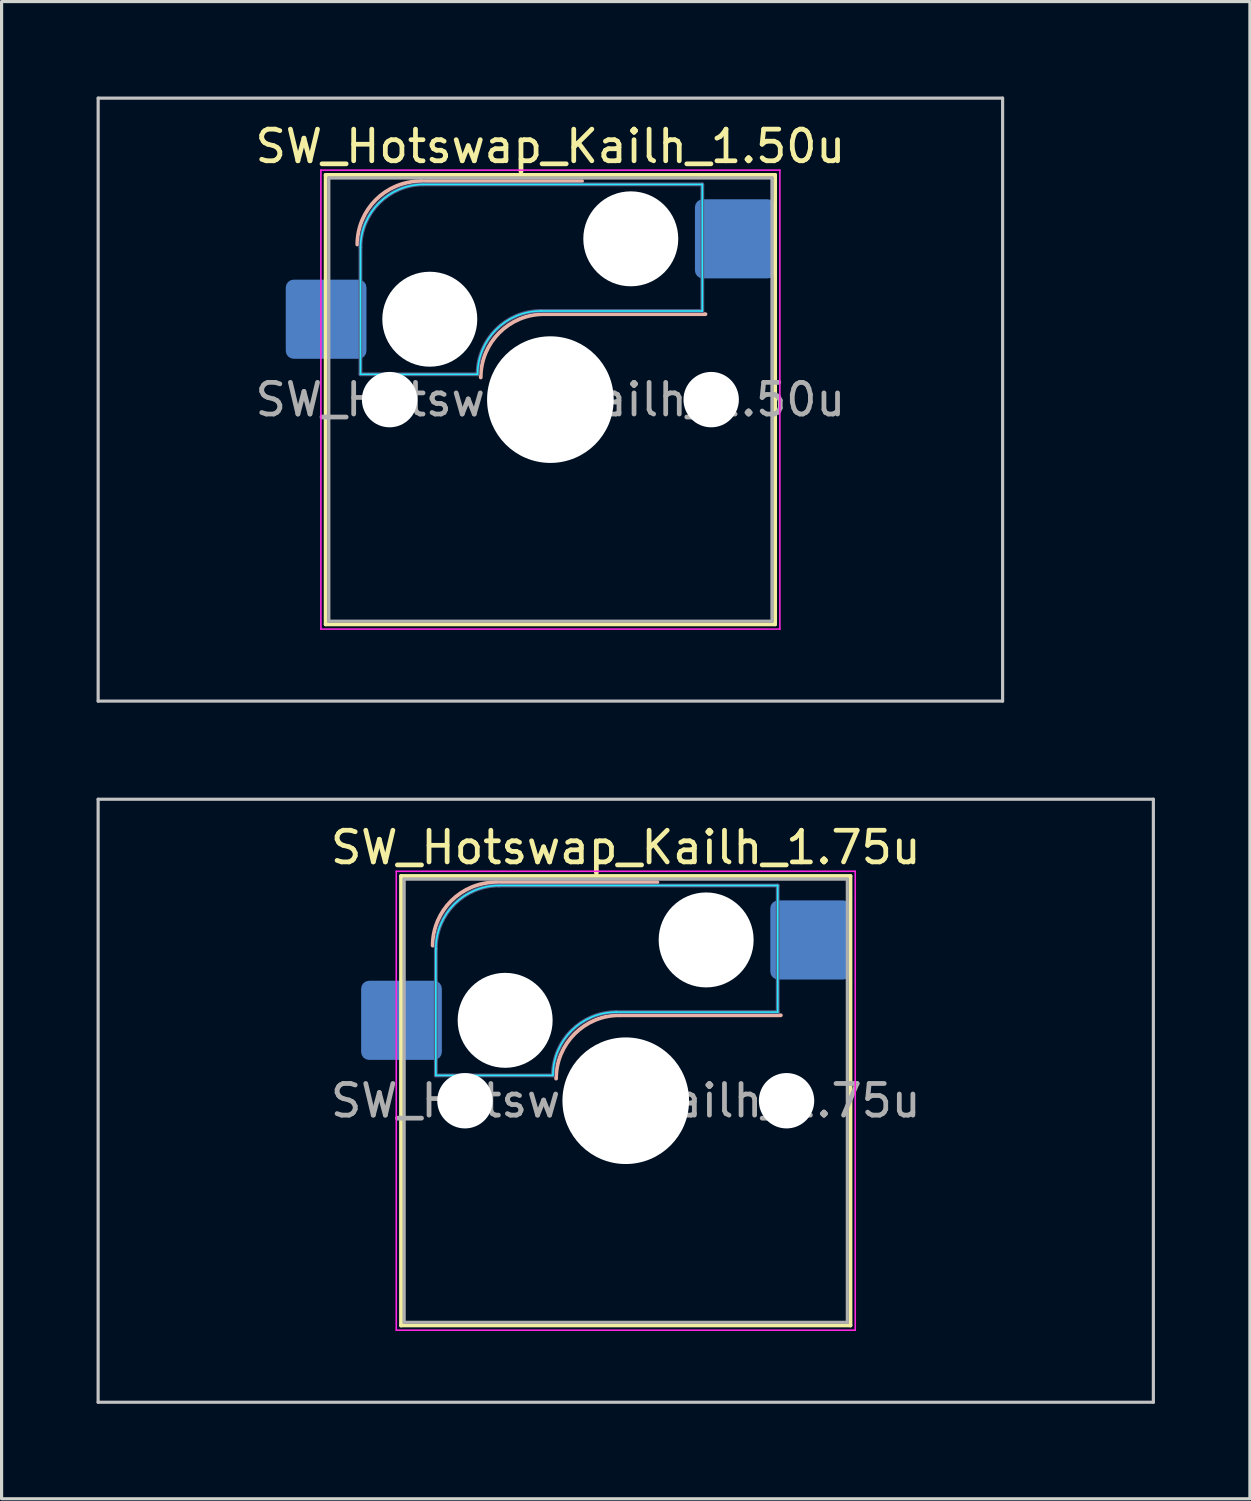
<source format=kicad_pcb>
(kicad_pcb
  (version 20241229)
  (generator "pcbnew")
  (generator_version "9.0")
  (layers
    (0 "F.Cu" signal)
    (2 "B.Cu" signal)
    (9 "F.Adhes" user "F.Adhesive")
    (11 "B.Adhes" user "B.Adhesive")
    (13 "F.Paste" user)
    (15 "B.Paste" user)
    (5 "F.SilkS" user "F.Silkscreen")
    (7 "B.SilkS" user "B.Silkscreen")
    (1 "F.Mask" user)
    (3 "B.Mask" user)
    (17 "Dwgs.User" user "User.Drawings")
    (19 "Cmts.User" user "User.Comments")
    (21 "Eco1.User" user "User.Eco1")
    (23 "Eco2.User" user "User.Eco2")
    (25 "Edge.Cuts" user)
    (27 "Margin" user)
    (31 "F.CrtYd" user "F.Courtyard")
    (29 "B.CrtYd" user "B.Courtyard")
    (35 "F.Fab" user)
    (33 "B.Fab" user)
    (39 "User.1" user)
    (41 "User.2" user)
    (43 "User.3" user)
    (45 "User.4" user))
  (footprint "SW_Hotswap_Kailh_1.50u"
    (layer "F.Cu")
    (at 14.338 9.575)
    (property "Reference" "SW_Hotswap_Kailh_1.50u" (at 0 -8 0) (layer "F.SilkS") (effects (font (size 1 1) (thickness 0.15))))
    (attr smd)
    (fp_line (start -7.1 -7.1) (end -7.1 7.1) (stroke (width 0.12) (type solid)) (layer "F.SilkS"))
    (fp_line (start -7.1 7.1) (end 7.1 7.1) (stroke (width 0.12) (type solid)) (layer "F.SilkS"))
    (fp_line (start 7.1 -7.1) (end -7.1 -7.1) (stroke (width 0.12) (type solid)) (layer "F.SilkS"))
    (fp_line (start 7.1 7.1) (end 7.1 -7.1) (stroke (width 0.12) (type solid)) (layer "F.SilkS"))
    (fp_line (start -4.1 -6.9) (end 1 -6.9) (stroke (width 0.12) (type solid)) (layer "B.SilkS"))
    (fp_line (start -0.2 -2.7) (end 4.9 -2.7) (stroke (width 0.12) (type solid)) (layer "B.SilkS"))
    (fp_arc (start -6.1 -4.9) (mid -5.514214 -6.314214) (end -4.1 -6.9) (stroke (width 0.12) (type solid)) (layer "B.SilkS"))
    (fp_arc (start -2.2 -0.7) (mid -1.614214 -2.114214) (end -0.2 -2.7) (stroke (width 0.12) (type solid)) (layer "B.SilkS"))
    (fp_line (start -14.287 -9.525) (end -14.287 9.525) (stroke (width 0.1) (type solid)) (layer "Dwgs.User"))
    (fp_line (start -14.287 9.525) (end 14.287 9.525) (stroke (width 0.1) (type solid)) (layer "Dwgs.User"))
    (fp_line (start 14.287 -9.525) (end -14.287 -9.525) (stroke (width 0.1) (type solid)) (layer "Dwgs.User"))
    (fp_line (start 14.287 9.525) (end 14.287 -9.525) (stroke (width 0.1) (type solid)) (layer "Dwgs.User"))
    (fp_line (start -7.8 -6) (end -7 -6) (stroke (width 0.1) (type solid)) (layer "Eco1.User"))
    (fp_line (start -7.8 -2.9) (end -7.8 -6) (stroke (width 0.1) (type solid)) (layer "Eco1.User"))
    (fp_line (start -7.8 2.9) (end -7 2.9) (stroke (width 0.1) (type solid)) (layer "Eco1.User"))
    (fp_line (start -7.8 6) (end -7.8 2.9) (stroke (width 0.1) (type solid)) (layer "Eco1.User"))
    (fp_line (start -7 -7) (end 7 -7) (stroke (width 0.1) (type solid)) (layer "Eco1.User"))
    (fp_line (start -7 -6) (end -7 -7) (stroke (width 0.1) (type solid)) (layer "Eco1.User"))
    (fp_line (start -7 -2.9) (end -7.8 -2.9) (stroke (width 0.1) (type solid)) (layer "Eco1.User"))
    (fp_line (start -7 2.9) (end -7 -2.9) (stroke (width 0.1) (type solid)) (layer "Eco1.User"))
    (fp_line (start -7 6) (end -7.8 6) (stroke (width 0.1) (type solid)) (layer "Eco1.User"))
    (fp_line (start -7 7) (end -7 6) (stroke (width 0.1) (type solid)) (layer "Eco1.User"))
    (fp_line (start 7 -7) (end 7 -6) (stroke (width 0.1) (type solid)) (layer "Eco1.User"))
    (fp_line (start 7 -6) (end 7.8 -6) (stroke (width 0.1) (type solid)) (layer "Eco1.User"))
    (fp_line (start 7 -2.9) (end 7 2.9) (stroke (width 0.1) (type solid)) (layer "Eco1.User"))
    (fp_line (start 7 2.9) (end 7.8 2.9) (stroke (width 0.1) (type solid)) (layer "Eco1.User"))
    (fp_line (start 7 6) (end 7 7) (stroke (width 0.1) (type solid)) (layer "Eco1.User"))
    (fp_line (start 7 7) (end -7 7) (stroke (width 0.1) (type solid)) (layer "Eco1.User"))
    (fp_line (start 7.8 -6) (end 7.8 -2.9) (stroke (width 0.1) (type solid)) (layer "Eco1.User"))
    (fp_line (start 7.8 -2.9) (end 7 -2.9) (stroke (width 0.1) (type solid)) (layer "Eco1.User"))
    (fp_line (start 7.8 2.9) (end 7.8 6) (stroke (width 0.1) (type solid)) (layer "Eco1.User"))
    (fp_line (start 7.8 6) (end 7 6) (stroke (width 0.1) (type solid)) (layer "Eco1.User"))
    (fp_line (start -6 -0.8) (end -6 -4.8) (stroke (width 0.05) (type solid)) (layer "B.CrtYd"))
    (fp_line (start -6 -0.8) (end -2.3 -0.8) (stroke (width 0.05) (type solid)) (layer "B.CrtYd"))
    (fp_line (start -4 -6.8) (end 4.8 -6.8) (stroke (width 0.05) (type solid)) (layer "B.CrtYd"))
    (fp_line (start -0.3 -2.8) (end 4.8 -2.8) (stroke (width 0.05) (type solid)) (layer "B.CrtYd"))
    (fp_line (start 4.8 -6.8) (end 4.8 -2.8) (stroke (width 0.05) (type solid)) (layer "B.CrtYd"))
    (fp_arc (start -6 -4.8) (mid -5.414214 -6.214214) (end -4 -6.8) (stroke (width 0.05) (type solid)) (layer "B.CrtYd"))
    (fp_arc (start -2.3 -0.8) (mid -1.714214 -2.214214) (end -0.3 -2.8) (stroke (width 0.05) (type solid)) (layer "B.CrtYd"))
    (fp_line (start -7.25 -7.25) (end -7.25 7.25) (stroke (width 0.05) (type solid)) (layer "F.CrtYd"))
    (fp_line (start -7.25 7.25) (end 7.25 7.25) (stroke (width 0.05) (type solid)) (layer "F.CrtYd"))
    (fp_line (start 7.25 -7.25) (end -7.25 -7.25) (stroke (width 0.05) (type solid)) (layer "F.CrtYd"))
    (fp_line (start 7.25 7.25) (end 7.25 -7.25) (stroke (width 0.05) (type solid)) (layer "F.CrtYd"))
    (fp_line (start -6 -0.8) (end -6 -4.8) (stroke (width 0.12) (type solid)) (layer "B.Fab"))
    (fp_line (start -6 -0.8) (end -2.3 -0.8) (stroke (width 0.12) (type solid)) (layer "B.Fab"))
    (fp_line (start -4 -6.8) (end 4.8 -6.8) (stroke (width 0.12) (type solid)) (layer "B.Fab"))
    (fp_line (start -0.3 -2.8) (end 4.8 -2.8) (stroke (width 0.12) (type solid)) (layer "B.Fab"))
    (fp_line (start 4.8 -6.8) (end 4.8 -2.8) (stroke (width 0.12) (type solid)) (layer "B.Fab"))
    (fp_arc (start -6 -4.8) (mid -5.414214 -6.214214) (end -4 -6.8) (stroke (width 0.12) (type solid)) (layer "B.Fab"))
    (fp_arc (start -2.3 -0.8) (mid -1.714214 -2.214214) (end -0.3 -2.8) (stroke (width 0.12) (type solid)) (layer "B.Fab"))
    (fp_line (start -7 -7) (end -7 7) (stroke (width 0.1) (type solid)) (layer "F.Fab"))
    (fp_line (start -7 7) (end 7 7) (stroke (width 0.1) (type solid)) (layer "F.Fab"))
    (fp_line (start 7 -7) (end -7 -7) (stroke (width 0.1) (type solid)) (layer "F.Fab"))
    (fp_line (start 7 7) (end 7 -7) (stroke (width 0.1) (type solid)) (layer "F.Fab"))
    (fp_text user "${REFERENCE}" (at 0 0 0) (layer "F.Fab") (effects (font (size 1 1) (thickness 0.15))))
    (pad "" np_thru_hole circle (at -5.08 0) (size 1.75 1.75) (drill 1.75) (layers "*.Cu" "*.Mask"))
    (pad "" np_thru_hole circle (at -3.81 -2.54) (size 3 3) (drill 3) (layers "*.Cu" "*.Mask"))
    (pad "" np_thru_hole circle (at 0 0) (size 4 4) (drill 4) (layers "*.Cu" "*.Mask"))
    (pad "" np_thru_hole circle (at 2.54 -5.08) (size 3 3) (drill 3) (layers "*.Cu" "*.Mask"))
    (pad "" np_thru_hole circle (at 5.08 0) (size 1.75 1.75) (drill 1.75) (layers "*.Cu" "*.Mask"))
    (pad "1" smd roundrect (at -7.085 -2.54) (size 2.55 2.5) (layers "B.Cu" "B.Mask" "B.Paste") (roundrect_rratio 0.1))
    (pad "2" smd roundrect (at 5.842 -5.08) (size 2.55 2.5) (layers "B.Cu" "B.Mask" "B.Paste") (roundrect_rratio 0.1)))
  (footprint "SW_Hotswap_Kailh_1.75u"
    (layer "F.Cu")
    (at 16.719 31.725)
    (property "Reference" "SW_Hotswap_Kailh_1.75u" (at 0 -8 0) (layer "F.SilkS") (effects (font (size 1 1) (thickness 0.15))))
    (attr smd)
    (fp_line (start -7.1 -7.1) (end -7.1 7.1) (stroke (width 0.12) (type solid)) (layer "F.SilkS"))
    (fp_line (start -7.1 7.1) (end 7.1 7.1) (stroke (width 0.12) (type solid)) (layer "F.SilkS"))
    (fp_line (start 7.1 -7.1) (end -7.1 -7.1) (stroke (width 0.12) (type solid)) (layer "F.SilkS"))
    (fp_line (start 7.1 7.1) (end 7.1 -7.1) (stroke (width 0.12) (type solid)) (layer "F.SilkS"))
    (fp_line (start -4.1 -6.9) (end 1 -6.9) (stroke (width 0.12) (type solid)) (layer "B.SilkS"))
    (fp_line (start -0.2 -2.7) (end 4.9 -2.7) (stroke (width 0.12) (type solid)) (layer "B.SilkS"))
    (fp_arc (start -6.1 -4.9) (mid -5.514214 -6.314214) (end -4.1 -6.9) (stroke (width 0.12) (type solid)) (layer "B.SilkS"))
    (fp_arc (start -2.2 -0.7) (mid -1.614214 -2.114214) (end -0.2 -2.7) (stroke (width 0.12) (type solid)) (layer "B.SilkS"))
    (fp_line (start -16.669 -9.525) (end -16.669 9.525) (stroke (width 0.1) (type solid)) (layer "Dwgs.User"))
    (fp_line (start -16.669 9.525) (end 16.669 9.525) (stroke (width 0.1) (type solid)) (layer "Dwgs.User"))
    (fp_line (start 16.669 -9.525) (end -16.669 -9.525) (stroke (width 0.1) (type solid)) (layer "Dwgs.User"))
    (fp_line (start 16.669 9.525) (end 16.669 -9.525) (stroke (width 0.1) (type solid)) (layer "Dwgs.User"))
    (fp_line (start -7.8 -6) (end -7 -6) (stroke (width 0.1) (type solid)) (layer "Eco1.User"))
    (fp_line (start -7.8 -2.9) (end -7.8 -6) (stroke (width 0.1) (type solid)) (layer "Eco1.User"))
    (fp_line (start -7.8 2.9) (end -7 2.9) (stroke (width 0.1) (type solid)) (layer "Eco1.User"))
    (fp_line (start -7.8 6) (end -7.8 2.9) (stroke (width 0.1) (type solid)) (layer "Eco1.User"))
    (fp_line (start -7 -7) (end 7 -7) (stroke (width 0.1) (type solid)) (layer "Eco1.User"))
    (fp_line (start -7 -6) (end -7 -7) (stroke (width 0.1) (type solid)) (layer "Eco1.User"))
    (fp_line (start -7 -2.9) (end -7.8 -2.9) (stroke (width 0.1) (type solid)) (layer "Eco1.User"))
    (fp_line (start -7 2.9) (end -7 -2.9) (stroke (width 0.1) (type solid)) (layer "Eco1.User"))
    (fp_line (start -7 6) (end -7.8 6) (stroke (width 0.1) (type solid)) (layer "Eco1.User"))
    (fp_line (start -7 7) (end -7 6) (stroke (width 0.1) (type solid)) (layer "Eco1.User"))
    (fp_line (start 7 -7) (end 7 -6) (stroke (width 0.1) (type solid)) (layer "Eco1.User"))
    (fp_line (start 7 -6) (end 7.8 -6) (stroke (width 0.1) (type solid)) (layer "Eco1.User"))
    (fp_line (start 7 -2.9) (end 7 2.9) (stroke (width 0.1) (type solid)) (layer "Eco1.User"))
    (fp_line (start 7 2.9) (end 7.8 2.9) (stroke (width 0.1) (type solid)) (layer "Eco1.User"))
    (fp_line (start 7 6) (end 7 7) (stroke (width 0.1) (type solid)) (layer "Eco1.User"))
    (fp_line (start 7 7) (end -7 7) (stroke (width 0.1) (type solid)) (layer "Eco1.User"))
    (fp_line (start 7.8 -6) (end 7.8 -2.9) (stroke (width 0.1) (type solid)) (layer "Eco1.User"))
    (fp_line (start 7.8 -2.9) (end 7 -2.9) (stroke (width 0.1) (type solid)) (layer "Eco1.User"))
    (fp_line (start 7.8 2.9) (end 7.8 6) (stroke (width 0.1) (type solid)) (layer "Eco1.User"))
    (fp_line (start 7.8 6) (end 7 6) (stroke (width 0.1) (type solid)) (layer "Eco1.User"))
    (fp_line (start -6 -0.8) (end -6 -4.8) (stroke (width 0.05) (type solid)) (layer "B.CrtYd"))
    (fp_line (start -6 -0.8) (end -2.3 -0.8) (stroke (width 0.05) (type solid)) (layer "B.CrtYd"))
    (fp_line (start -4 -6.8) (end 4.8 -6.8) (stroke (width 0.05) (type solid)) (layer "B.CrtYd"))
    (fp_line (start -0.3 -2.8) (end 4.8 -2.8) (stroke (width 0.05) (type solid)) (layer "B.CrtYd"))
    (fp_line (start 4.8 -6.8) (end 4.8 -2.8) (stroke (width 0.05) (type solid)) (layer "B.CrtYd"))
    (fp_arc (start -6 -4.8) (mid -5.414214 -6.214214) (end -4 -6.8) (stroke (width 0.05) (type solid)) (layer "B.CrtYd"))
    (fp_arc (start -2.3 -0.8) (mid -1.714214 -2.214214) (end -0.3 -2.8) (stroke (width 0.05) (type solid)) (layer "B.CrtYd"))
    (fp_line (start -7.25 -7.25) (end -7.25 7.25) (stroke (width 0.05) (type solid)) (layer "F.CrtYd"))
    (fp_line (start -7.25 7.25) (end 7.25 7.25) (stroke (width 0.05) (type solid)) (layer "F.CrtYd"))
    (fp_line (start 7.25 -7.25) (end -7.25 -7.25) (stroke (width 0.05) (type solid)) (layer "F.CrtYd"))
    (fp_line (start 7.25 7.25) (end 7.25 -7.25) (stroke (width 0.05) (type solid)) (layer "F.CrtYd"))
    (fp_line (start -6 -0.8) (end -6 -4.8) (stroke (width 0.12) (type solid)) (layer "B.Fab"))
    (fp_line (start -6 -0.8) (end -2.3 -0.8) (stroke (width 0.12) (type solid)) (layer "B.Fab"))
    (fp_line (start -4 -6.8) (end 4.8 -6.8) (stroke (width 0.12) (type solid)) (layer "B.Fab"))
    (fp_line (start -0.3 -2.8) (end 4.8 -2.8) (stroke (width 0.12) (type solid)) (layer "B.Fab"))
    (fp_line (start 4.8 -6.8) (end 4.8 -2.8) (stroke (width 0.12) (type solid)) (layer "B.Fab"))
    (fp_arc (start -6 -4.8) (mid -5.414214 -6.214214) (end -4 -6.8) (stroke (width 0.12) (type solid)) (layer "B.Fab"))
    (fp_arc (start -2.3 -0.8) (mid -1.714214 -2.214214) (end -0.3 -2.8) (stroke (width 0.12) (type solid)) (layer "B.Fab"))
    (fp_line (start -7 -7) (end -7 7) (stroke (width 0.1) (type solid)) (layer "F.Fab"))
    (fp_line (start -7 7) (end 7 7) (stroke (width 0.1) (type solid)) (layer "F.Fab"))
    (fp_line (start 7 -7) (end -7 -7) (stroke (width 0.1) (type solid)) (layer "F.Fab"))
    (fp_line (start 7 7) (end 7 -7) (stroke (width 0.1) (type solid)) (layer "F.Fab"))
    (fp_text user "${REFERENCE}" (at 0 0 0) (layer "F.Fab") (effects (font (size 1 1) (thickness 0.15))))
    (pad "" np_thru_hole circle (at -5.08 0) (size 1.75 1.75) (drill 1.75) (layers "*.Cu" "*.Mask"))
    (pad "" np_thru_hole circle (at -3.81 -2.54) (size 3 3) (drill 3) (layers "*.Cu" "*.Mask"))
    (pad "" np_thru_hole circle (at 0 0) (size 4 4) (drill 4) (layers "*.Cu" "*.Mask"))
    (pad "" np_thru_hole circle (at 2.54 -5.08) (size 3 3) (drill 3) (layers "*.Cu" "*.Mask"))
    (pad "" np_thru_hole circle (at 5.08 0) (size 1.75 1.75) (drill 1.75) (layers "*.Cu" "*.Mask"))
    (pad "1" smd roundrect (at -7.085 -2.54) (size 2.55 2.5) (layers "B.Cu" "B.Mask" "B.Paste") (roundrect_rratio 0.1))
    (pad "2" smd roundrect (at 5.842 -5.08) (size 2.55 2.5) (layers "B.Cu" "B.Mask" "B.Paste") (roundrect_rratio 0.1)))
  (gr_rect
    (start -3 -3)
    (end 36.438 44.3)
    (stroke (width 0.1) (type default))
    (fill no)
    (layer "Edge.Cuts")))
</source>
